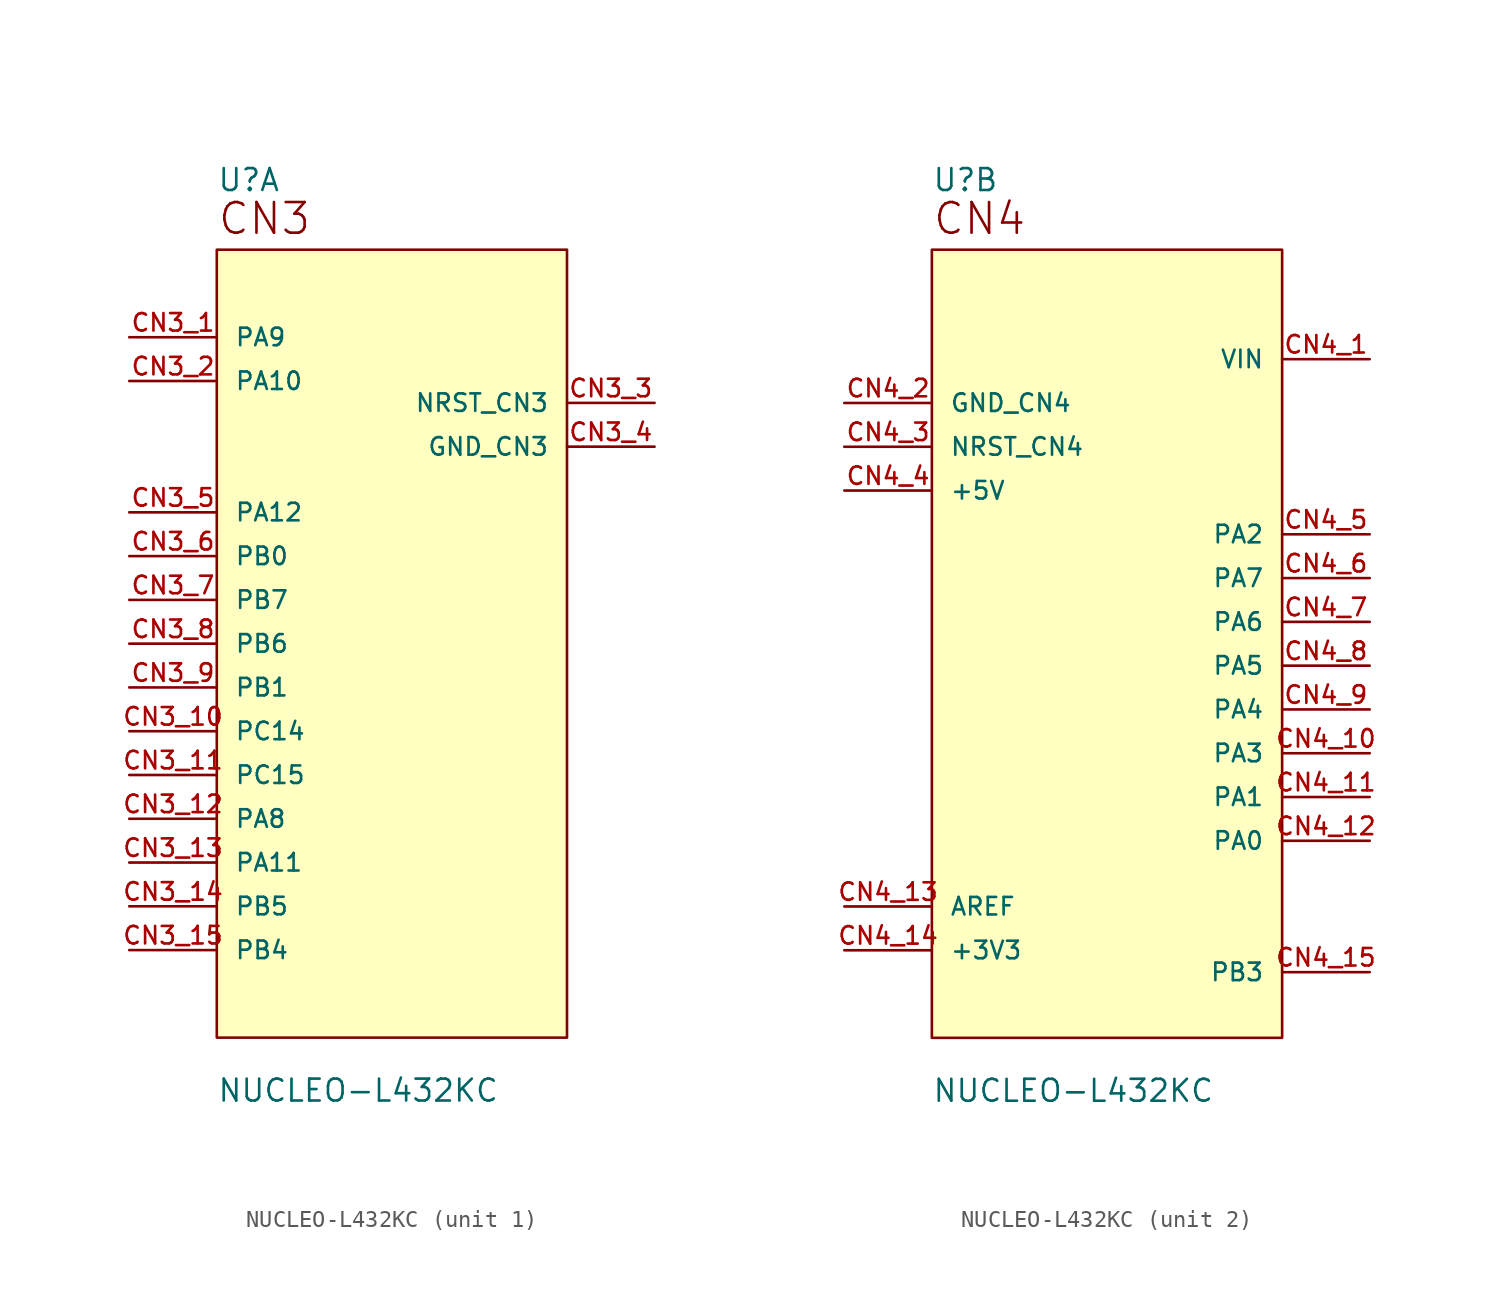
<source format=kicad_sym>
(kicad_symbol_lib
  (version 20211014)
  (generator kicad_symbol_editor)
  (symbol "NUCLEO-L432KC"
    (pin_names
      (offset 1.016))
    (property "Reference" "U"
      (at -10.16 21.082 0)
      (effects (font (size 1.27 1.27)) (justify left bottom)))
    (property "Value" "NUCLEO-L432KC"
      (at -10.16 -31.75 0)
      (effects (font (size 1.27 1.27)) (justify left bottom)))
    (property "ki_locked" ""
      (at 0 0 0)
      (effects (font (size 1.27 1.27))))
    (symbol "NUCLEO-L432KC_1_0"
      (rectangle (start -10.16 17.78) (end 10.16 -27.94) (stroke (width 0.152) (type default) (color 0 0 0 0)) (fill (type background)))
      (text "CN3" (at -10.16 18.542 0) (effects (font (size 1.778 1.778)) (justify left bottom)))
      (pin bidirectional line (at -15.24 12.7 0) (length 5.08) (name "PA9" (effects (font (size 1.016 1.016)))) (number "CN3_1" (effects (font (size 1.016 1.016)))))
      (pin bidirectional line (at -15.24 -10.16 0) (length 5.08) (name "PC14" (effects (font (size 1.016 1.016)))) (number "CN3_10" (effects (font (size 1.016 1.016)))))
      (pin bidirectional line (at -15.24 -12.7 0) (length 5.08) (name "PC15" (effects (font (size 1.016 1.016)))) (number "CN3_11" (effects (font (size 1.016 1.016)))))
      (pin bidirectional line (at -15.24 -15.24 0) (length 5.08) (name "PA8" (effects (font (size 1.016 1.016)))) (number "CN3_12" (effects (font (size 1.016 1.016)))))
      (pin bidirectional line (at -15.24 -17.78 0) (length 5.08) (name "PA11" (effects (font (size 1.016 1.016)))) (number "CN3_13" (effects (font (size 1.016 1.016)))))
      (pin bidirectional line (at -15.24 -20.32 0) (length 5.08) (name "PB5" (effects (font (size 1.016 1.016)))) (number "CN3_14" (effects (font (size 1.016 1.016)))))
      (pin bidirectional line (at -15.24 -22.86 0) (length 5.08) (name "PB4" (effects (font (size 1.016 1.016)))) (number "CN3_15" (effects (font (size 1.016 1.016)))))
      (pin bidirectional line (at -15.24 10.16 0) (length 5.08) (name "PA10" (effects (font (size 1.016 1.016)))) (number "CN3_2" (effects (font (size 1.016 1.016)))))
      (pin bidirectional line (at 15.24 8.89 180) (length 5.08) (name "NRST_CN3" (effects (font (size 1.016 1.016)))) (number "CN3_3" (effects (font (size 1.016 1.016)))))
      (pin power_in line (at 15.24 6.35 180) (length 5.08) (name "GND_CN3" (effects (font (size 1.016 1.016)))) (number "CN3_4" (effects (font (size 1.016 1.016)))))
      (pin bidirectional line (at -15.24 2.54 0) (length 5.08) (name "PA12" (effects (font (size 1.016 1.016)))) (number "CN3_5" (effects (font (size 1.016 1.016)))))
      (pin bidirectional line (at -15.24 0 0) (length 5.08) (name "PB0" (effects (font (size 1.016 1.016)))) (number "CN3_6" (effects (font (size 1.016 1.016)))))
      (pin bidirectional line (at -15.24 -2.54 0) (length 5.08) (name "PB7" (effects (font (size 1.016 1.016)))) (number "CN3_7" (effects (font (size 1.016 1.016)))))
      (pin bidirectional line (at -15.24 -5.08 0) (length 5.08) (name "PB6" (effects (font (size 1.016 1.016)))) (number "CN3_8" (effects (font (size 1.016 1.016)))))
      (pin bidirectional line (at -15.24 -7.62 0) (length 5.08) (name "PB1" (effects (font (size 1.016 1.016)))) (number "CN3_9" (effects (font (size 1.016 1.016))))))
    (symbol "NUCLEO-L432KC_2_0"
      (rectangle (start -10.16 17.78) (end 10.16 -27.94) (stroke (width 0.152) (type default) (color 0 0 0 0)) (fill (type background)))
      (text "CN4" (at -10.16 18.542 0) (effects (font (size 1.778 1.778)) (justify left bottom)))
      (pin input line (at 15.24 11.43 180) (length 5.08) (name "VIN" (effects (font (size 1.016 1.016)))) (number "CN4_1" (effects (font (size 1.016 1.016)))))
      (pin bidirectional line (at 15.24 -11.43 180) (length 5.08) (name "PA3" (effects (font (size 1.016 1.016)))) (number "CN4_10" (effects (font (size 1.016 1.016)))))
      (pin bidirectional line (at 15.24 -13.97 180) (length 5.08) (name "PA1" (effects (font (size 1.016 1.016)))) (number "CN4_11" (effects (font (size 1.016 1.016)))))
      (pin bidirectional line (at 15.24 -16.51 180) (length 5.08) (name "PA0" (effects (font (size 1.016 1.016)))) (number "CN4_12" (effects (font (size 1.016 1.016)))))
      (pin bidirectional line (at -15.24 -20.32 0) (length 5.08) (name "AREF" (effects (font (size 1.016 1.016)))) (number "CN4_13" (effects (font (size 1.016 1.016)))))
      (pin power_in line (at -15.24 -22.86 0) (length 5.08) (name "+3V3" (effects (font (size 1.016 1.016)))) (number "CN4_14" (effects (font (size 1.016 1.016)))))
      (pin bidirectional line (at 15.24 -24.13 180) (length 5.08) (name "PB3" (effects (font (size 1.016 1.016)))) (number "CN4_15" (effects (font (size 1.016 1.016)))))
      (pin power_in line (at -15.24 8.89 0) (length 5.08) (name "GND_CN4" (effects (font (size 1.016 1.016)))) (number "CN4_2" (effects (font (size 1.016 1.016)))))
      (pin bidirectional line (at -15.24 6.35 0) (length 5.08) (name "NRST_CN4" (effects (font (size 1.016 1.016)))) (number "CN4_3" (effects (font (size 1.016 1.016)))))
      (pin power_in line (at -15.24 3.81 0) (length 5.08) (name "+5V" (effects (font (size 1.016 1.016)))) (number "CN4_4" (effects (font (size 1.016 1.016)))))
      (pin bidirectional line (at 15.24 1.27 180) (length 5.08) (name "PA2" (effects (font (size 1.016 1.016)))) (number "CN4_5" (effects (font (size 1.016 1.016)))))
      (pin bidirectional line (at 15.24 -1.27 180) (length 5.08) (name "PA7" (effects (font (size 1.016 1.016)))) (number "CN4_6" (effects (font (size 1.016 1.016)))))
      (pin bidirectional line (at 15.24 -3.81 180) (length 5.08) (name "PA6" (effects (font (size 1.016 1.016)))) (number "CN4_7" (effects (font (size 1.016 1.016)))))
      (pin bidirectional line (at 15.24 -6.35 180) (length 5.08) (name "PA5" (effects (font (size 1.016 1.016)))) (number "CN4_8" (effects (font (size 1.016 1.016)))))
      (pin bidirectional line (at 15.24 -8.89 180) (length 5.08) (name "PA4" (effects (font (size 1.016 1.016)))) (number "CN4_9" (effects (font (size 1.016 1.016))))))))
</source>
